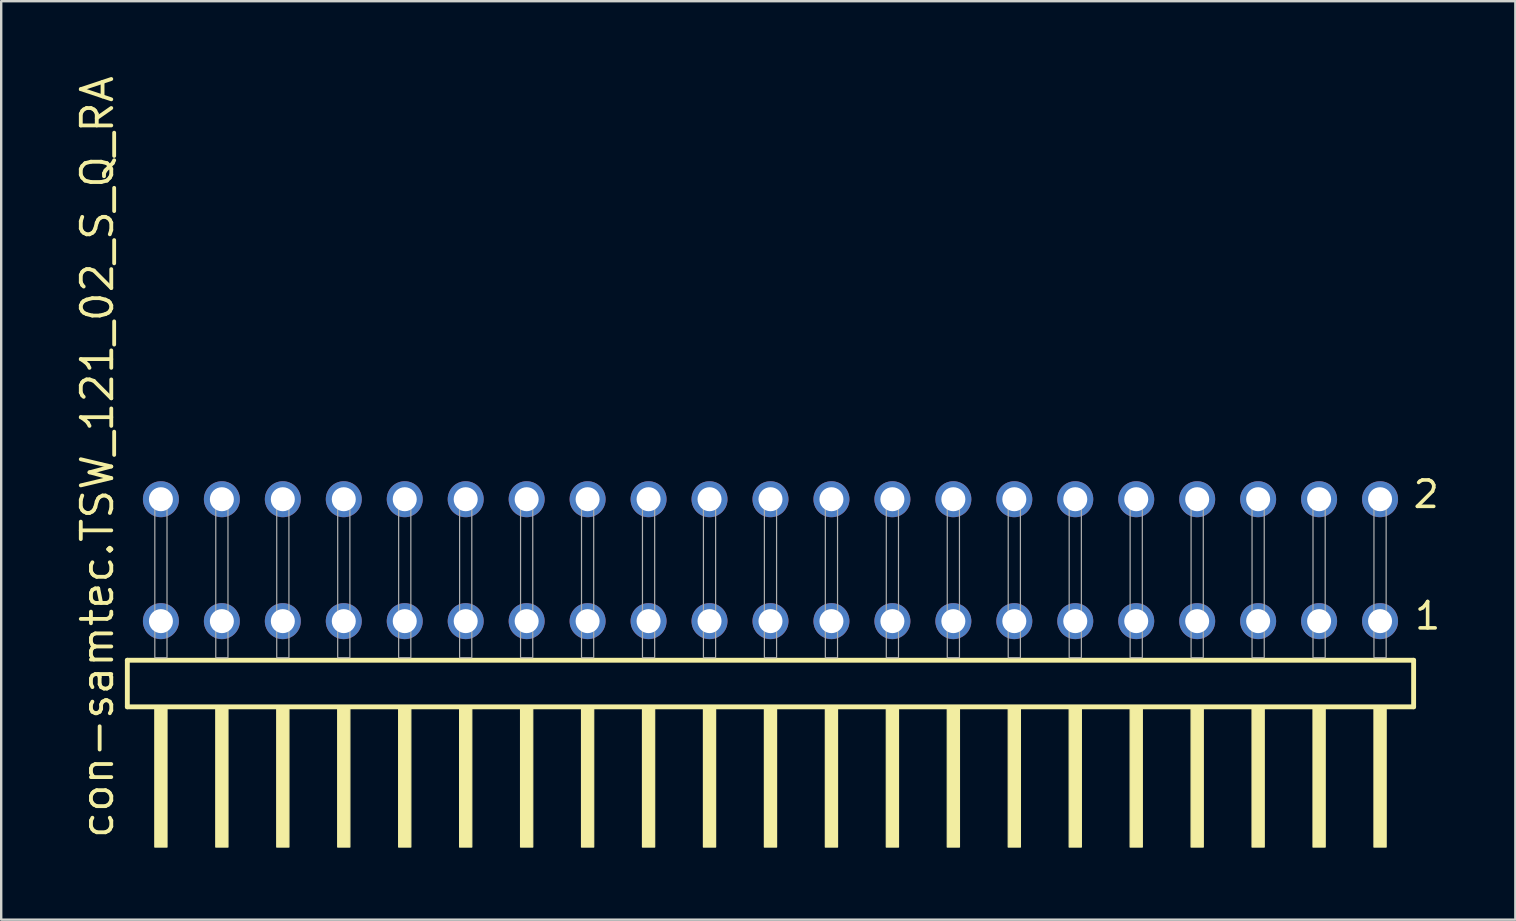
<source format=kicad_pcb>
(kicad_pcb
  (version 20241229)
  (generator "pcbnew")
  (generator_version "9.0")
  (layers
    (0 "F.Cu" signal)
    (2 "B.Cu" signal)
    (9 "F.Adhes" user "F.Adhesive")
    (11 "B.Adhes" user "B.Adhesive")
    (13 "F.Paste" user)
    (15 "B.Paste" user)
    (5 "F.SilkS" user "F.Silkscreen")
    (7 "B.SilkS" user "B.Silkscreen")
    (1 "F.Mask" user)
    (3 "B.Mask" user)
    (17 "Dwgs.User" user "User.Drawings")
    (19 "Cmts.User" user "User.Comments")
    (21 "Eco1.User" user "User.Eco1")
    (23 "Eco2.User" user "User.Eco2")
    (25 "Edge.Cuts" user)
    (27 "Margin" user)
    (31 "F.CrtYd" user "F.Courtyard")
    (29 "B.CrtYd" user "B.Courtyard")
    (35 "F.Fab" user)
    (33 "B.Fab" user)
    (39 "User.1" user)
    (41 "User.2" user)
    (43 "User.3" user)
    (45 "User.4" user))
  (footprint "con-samtec.TSW_121_02_S_Q_RA"
    (layer "F.Cu")
    (at 29.055 24.356)
    (property "Reference" "con-samtec.TSW_121_02_S_Q_RA" (at -27.305 7.62 90) (layer "F.SilkS") (effects (font (size 1.27 1.27) (thickness 0.16)) (justify left bottom)))
    (attr through_hole)
    (fp_line (start -26.799 0.106) (end -26.799 2.046) (stroke (width 0.203) (type default)) (layer "F.SilkS"))
    (fp_line (start -26.799 2.046) (end 26.799 2.046) (stroke (width 0.203) (type default)) (layer "F.SilkS"))
    (fp_line (start 26.799 0.106) (end -26.799 0.106) (stroke (width 0.203) (type default)) (layer "F.SilkS"))
    (fp_line (start 26.799 2.046) (end 26.799 0.106) (stroke (width 0.203) (type default)) (layer "F.SilkS"))
    (fp_rect (start -25.654 7.89) (end -25.146 2.04) (stroke (width 0.05) (type default)) (fill yes) (layer "F.SilkS"))
    (fp_rect (start -23.114 7.89) (end -22.606 2.04) (stroke (width 0.05) (type default)) (fill yes) (layer "F.SilkS"))
    (fp_rect (start -20.574 7.89) (end -20.066 2.04) (stroke (width 0.05) (type default)) (fill yes) (layer "F.SilkS"))
    (fp_rect (start -18.034 7.89) (end -17.526 2.04) (stroke (width 0.05) (type default)) (fill yes) (layer "F.SilkS"))
    (fp_rect (start -15.494 7.89) (end -14.986 2.04) (stroke (width 0.05) (type default)) (fill yes) (layer "F.SilkS"))
    (fp_rect (start -12.954 7.89) (end -12.446 2.04) (stroke (width 0.05) (type default)) (fill yes) (layer "F.SilkS"))
    (fp_rect (start -10.414 7.89) (end -9.906 2.04) (stroke (width 0.05) (type default)) (fill yes) (layer "F.SilkS"))
    (fp_rect (start -7.874 7.89) (end -7.366 2.04) (stroke (width 0.05) (type default)) (fill yes) (layer "F.SilkS"))
    (fp_rect (start -5.334 7.89) (end -4.826 2.04) (stroke (width 0.05) (type default)) (fill yes) (layer "F.SilkS"))
    (fp_rect (start -2.794 7.89) (end -2.286 2.04) (stroke (width 0.05) (type default)) (fill yes) (layer "F.SilkS"))
    (fp_rect (start -0.254 7.89) (end 0.254 2.04) (stroke (width 0.05) (type default)) (fill yes) (layer "F.SilkS"))
    (fp_rect (start 2.286 7.89) (end 2.794 2.04) (stroke (width 0.05) (type default)) (fill yes) (layer "F.SilkS"))
    (fp_rect (start 4.826 7.89) (end 5.334 2.04) (stroke (width 0.05) (type default)) (fill yes) (layer "F.SilkS"))
    (fp_rect (start 7.366 7.89) (end 7.874 2.04) (stroke (width 0.05) (type default)) (fill yes) (layer "F.SilkS"))
    (fp_rect (start 9.906 7.89) (end 10.414 2.04) (stroke (width 0.05) (type default)) (fill yes) (layer "F.SilkS"))
    (fp_rect (start 12.446 7.89) (end 12.954 2.04) (stroke (width 0.05) (type default)) (fill yes) (layer "F.SilkS"))
    (fp_rect (start 14.986 7.89) (end 15.494 2.04) (stroke (width 0.05) (type default)) (fill yes) (layer "F.SilkS"))
    (fp_rect (start 17.526 7.89) (end 18.034 2.04) (stroke (width 0.05) (type default)) (fill yes) (layer "F.SilkS"))
    (fp_rect (start 20.066 7.89) (end 20.574 2.04) (stroke (width 0.05) (type default)) (fill yes) (layer "F.SilkS"))
    (fp_rect (start 22.606 7.89) (end 23.114 2.04) (stroke (width 0.05) (type default)) (fill yes) (layer "F.SilkS"))
    (fp_rect (start 25.146 7.89) (end 25.654 2.04) (stroke (width 0.05) (type default)) (fill yes) (layer "F.SilkS"))
    (fp_rect (start -25.654 0) (end -25.146 -6.858) (stroke (width 0.05) (type default)) (fill no) (layer "F.Fab"))
    (fp_rect (start -23.114 0) (end -22.606 -6.858) (stroke (width 0.05) (type default)) (fill no) (layer "F.Fab"))
    (fp_rect (start -20.574 0) (end -20.066 -6.858) (stroke (width 0.05) (type default)) (fill no) (layer "F.Fab"))
    (fp_rect (start -18.034 0) (end -17.526 -6.858) (stroke (width 0.05) (type default)) (fill no) (layer "F.Fab"))
    (fp_rect (start -15.494 0) (end -14.986 -6.858) (stroke (width 0.05) (type default)) (fill no) (layer "F.Fab"))
    (fp_rect (start -12.954 0) (end -12.446 -6.858) (stroke (width 0.05) (type default)) (fill no) (layer "F.Fab"))
    (fp_rect (start -10.414 0) (end -9.906 -6.858) (stroke (width 0.05) (type default)) (fill no) (layer "F.Fab"))
    (fp_rect (start -7.874 0) (end -7.366 -6.858) (stroke (width 0.05) (type default)) (fill no) (layer "F.Fab"))
    (fp_rect (start -5.334 0) (end -4.826 -6.858) (stroke (width 0.05) (type default)) (fill no) (layer "F.Fab"))
    (fp_rect (start -2.794 0) (end -2.286 -6.858) (stroke (width 0.05) (type default)) (fill no) (layer "F.Fab"))
    (fp_rect (start -0.254 0) (end 0.254 -6.858) (stroke (width 0.05) (type default)) (fill no) (layer "F.Fab"))
    (fp_rect (start 2.286 0) (end 2.794 -6.858) (stroke (width 0.05) (type default)) (fill no) (layer "F.Fab"))
    (fp_rect (start 4.826 0) (end 5.334 -6.858) (stroke (width 0.05) (type default)) (fill no) (layer "F.Fab"))
    (fp_rect (start 7.366 0) (end 7.874 -6.858) (stroke (width 0.05) (type default)) (fill no) (layer "F.Fab"))
    (fp_rect (start 9.906 0) (end 10.414 -6.858) (stroke (width 0.05) (type default)) (fill no) (layer "F.Fab"))
    (fp_rect (start 12.446 0) (end 12.954 -6.858) (stroke (width 0.05) (type default)) (fill no) (layer "F.Fab"))
    (fp_rect (start 14.986 0) (end 15.494 -6.858) (stroke (width 0.05) (type default)) (fill no) (layer "F.Fab"))
    (fp_rect (start 17.526 0) (end 18.034 -6.858) (stroke (width 0.05) (type default)) (fill no) (layer "F.Fab"))
    (fp_rect (start 20.066 0) (end 20.574 -6.858) (stroke (width 0.05) (type default)) (fill no) (layer "F.Fab"))
    (fp_rect (start 22.606 0) (end 23.114 -6.858) (stroke (width 0.05) (type default)) (fill no) (layer "F.Fab"))
    (fp_rect (start 25.146 0) (end 25.654 -6.858) (stroke (width 0.05) (type default)) (fill no) (layer "F.Fab"))
    (fp_text user "1" (at 26.76 -1.1 0) (layer "F.SilkS") (effects (font (size 1.1 1.1) (thickness 0.15)) (justify left bottom)))
    (fp_text user "2" (at 26.7 -6.165 0) (layer "F.SilkS") (effects (font (size 1.1 1.1) (thickness 0.15)) (justify left bottom)))
    (pad "1" thru_hole circle (at 25.4 -1.524 180) (size 1.5 1.5) (drill 1) (layers "*.Cu" "*.Mask"))
    (pad "2" thru_hole circle (at 25.4 -6.604 180) (size 1.5 1.5) (drill 1) (layers "*.Cu" "*.Mask"))
    (pad "3" thru_hole circle (at 22.86 -1.524 180) (size 1.5 1.5) (drill 1) (layers "*.Cu" "*.Mask"))
    (pad "4" thru_hole circle (at 22.86 -6.604 180) (size 1.5 1.5) (drill 1) (layers "*.Cu" "*.Mask"))
    (pad "5" thru_hole circle (at 20.32 -1.524 180) (size 1.5 1.5) (drill 1) (layers "*.Cu" "*.Mask"))
    (pad "6" thru_hole circle (at 20.32 -6.604 180) (size 1.5 1.5) (drill 1) (layers "*.Cu" "*.Mask"))
    (pad "7" thru_hole circle (at 17.78 -1.524 180) (size 1.5 1.5) (drill 1) (layers "*.Cu" "*.Mask"))
    (pad "8" thru_hole circle (at 17.78 -6.604 180) (size 1.5 1.5) (drill 1) (layers "*.Cu" "*.Mask"))
    (pad "9" thru_hole circle (at 15.24 -1.524 180) (size 1.5 1.5) (drill 1) (layers "*.Cu" "*.Mask"))
    (pad "10" thru_hole circle (at 15.24 -6.604 180) (size 1.5 1.5) (drill 1) (layers "*.Cu" "*.Mask"))
    (pad "11" thru_hole circle (at 12.7 -1.524 180) (size 1.5 1.5) (drill 1) (layers "*.Cu" "*.Mask"))
    (pad "12" thru_hole circle (at 12.7 -6.604 180) (size 1.5 1.5) (drill 1) (layers "*.Cu" "*.Mask"))
    (pad "13" thru_hole circle (at 10.16 -1.524 180) (size 1.5 1.5) (drill 1) (layers "*.Cu" "*.Mask"))
    (pad "14" thru_hole circle (at 10.16 -6.604 180) (size 1.5 1.5) (drill 1) (layers "*.Cu" "*.Mask"))
    (pad "15" thru_hole circle (at 7.62 -1.524 180) (size 1.5 1.5) (drill 1) (layers "*.Cu" "*.Mask"))
    (pad "16" thru_hole circle (at 7.62 -6.604 180) (size 1.5 1.5) (drill 1) (layers "*.Cu" "*.Mask"))
    (pad "17" thru_hole circle (at 5.08 -1.524 180) (size 1.5 1.5) (drill 1) (layers "*.Cu" "*.Mask"))
    (pad "18" thru_hole circle (at 5.08 -6.604 180) (size 1.5 1.5) (drill 1) (layers "*.Cu" "*.Mask"))
    (pad "19" thru_hole circle (at 2.54 -1.524 180) (size 1.5 1.5) (drill 1) (layers "*.Cu" "*.Mask"))
    (pad "20" thru_hole circle (at 2.54 -6.604 180) (size 1.5 1.5) (drill 1) (layers "*.Cu" "*.Mask"))
    (pad "21" thru_hole circle (at 0 -1.524 180) (size 1.5 1.5) (drill 1) (layers "*.Cu" "*.Mask"))
    (pad "22" thru_hole circle (at 0 -6.604 180) (size 1.5 1.5) (drill 1) (layers "*.Cu" "*.Mask"))
    (pad "23" thru_hole circle (at -2.54 -1.524 180) (size 1.5 1.5) (drill 1) (layers "*.Cu" "*.Mask"))
    (pad "24" thru_hole circle (at -2.54 -6.604 180) (size 1.5 1.5) (drill 1) (layers "*.Cu" "*.Mask"))
    (pad "25" thru_hole circle (at -5.08 -1.524 180) (size 1.5 1.5) (drill 1) (layers "*.Cu" "*.Mask"))
    (pad "26" thru_hole circle (at -5.08 -6.604 180) (size 1.5 1.5) (drill 1) (layers "*.Cu" "*.Mask"))
    (pad "27" thru_hole circle (at -7.62 -1.524 180) (size 1.5 1.5) (drill 1) (layers "*.Cu" "*.Mask"))
    (pad "28" thru_hole circle (at -7.62 -6.604 180) (size 1.5 1.5) (drill 1) (layers "*.Cu" "*.Mask"))
    (pad "29" thru_hole circle (at -10.16 -1.524 180) (size 1.5 1.5) (drill 1) (layers "*.Cu" "*.Mask"))
    (pad "30" thru_hole circle (at -10.16 -6.604 180) (size 1.5 1.5) (drill 1) (layers "*.Cu" "*.Mask"))
    (pad "31" thru_hole circle (at -12.7 -1.524 180) (size 1.5 1.5) (drill 1) (layers "*.Cu" "*.Mask"))
    (pad "32" thru_hole circle (at -12.7 -6.604 180) (size 1.5 1.5) (drill 1) (layers "*.Cu" "*.Mask"))
    (pad "33" thru_hole circle (at -15.24 -1.524 180) (size 1.5 1.5) (drill 1) (layers "*.Cu" "*.Mask"))
    (pad "34" thru_hole circle (at -15.24 -6.604 180) (size 1.5 1.5) (drill 1) (layers "*.Cu" "*.Mask"))
    (pad "35" thru_hole circle (at -17.78 -1.524 180) (size 1.5 1.5) (drill 1) (layers "*.Cu" "*.Mask"))
    (pad "36" thru_hole circle (at -17.78 -6.604 180) (size 1.5 1.5) (drill 1) (layers "*.Cu" "*.Mask"))
    (pad "37" thru_hole circle (at -20.32 -1.524 180) (size 1.5 1.5) (drill 1) (layers "*.Cu" "*.Mask"))
    (pad "38" thru_hole circle (at -20.32 -6.604 180) (size 1.5 1.5) (drill 1) (layers "*.Cu" "*.Mask"))
    (pad "39" thru_hole circle (at -22.86 -1.524 180) (size 1.5 1.5) (drill 1) (layers "*.Cu" "*.Mask"))
    (pad "40" thru_hole circle (at -22.86 -6.604 180) (size 1.5 1.5) (drill 1) (layers "*.Cu" "*.Mask"))
    (pad "41" thru_hole circle (at -25.4 -1.524 180) (size 1.5 1.5) (drill 1) (layers "*.Cu" "*.Mask"))
    (pad "42" thru_hole circle (at -25.4 -6.604 180) (size 1.5 1.5) (drill 1) (layers "*.Cu" "*.Mask")))
  (gr_rect
    (start -3 -3)
    (end 60.093 35.271)
    (stroke (width 0.1) (type default))
    (fill no)
    (layer "Edge.Cuts")))
</source>
